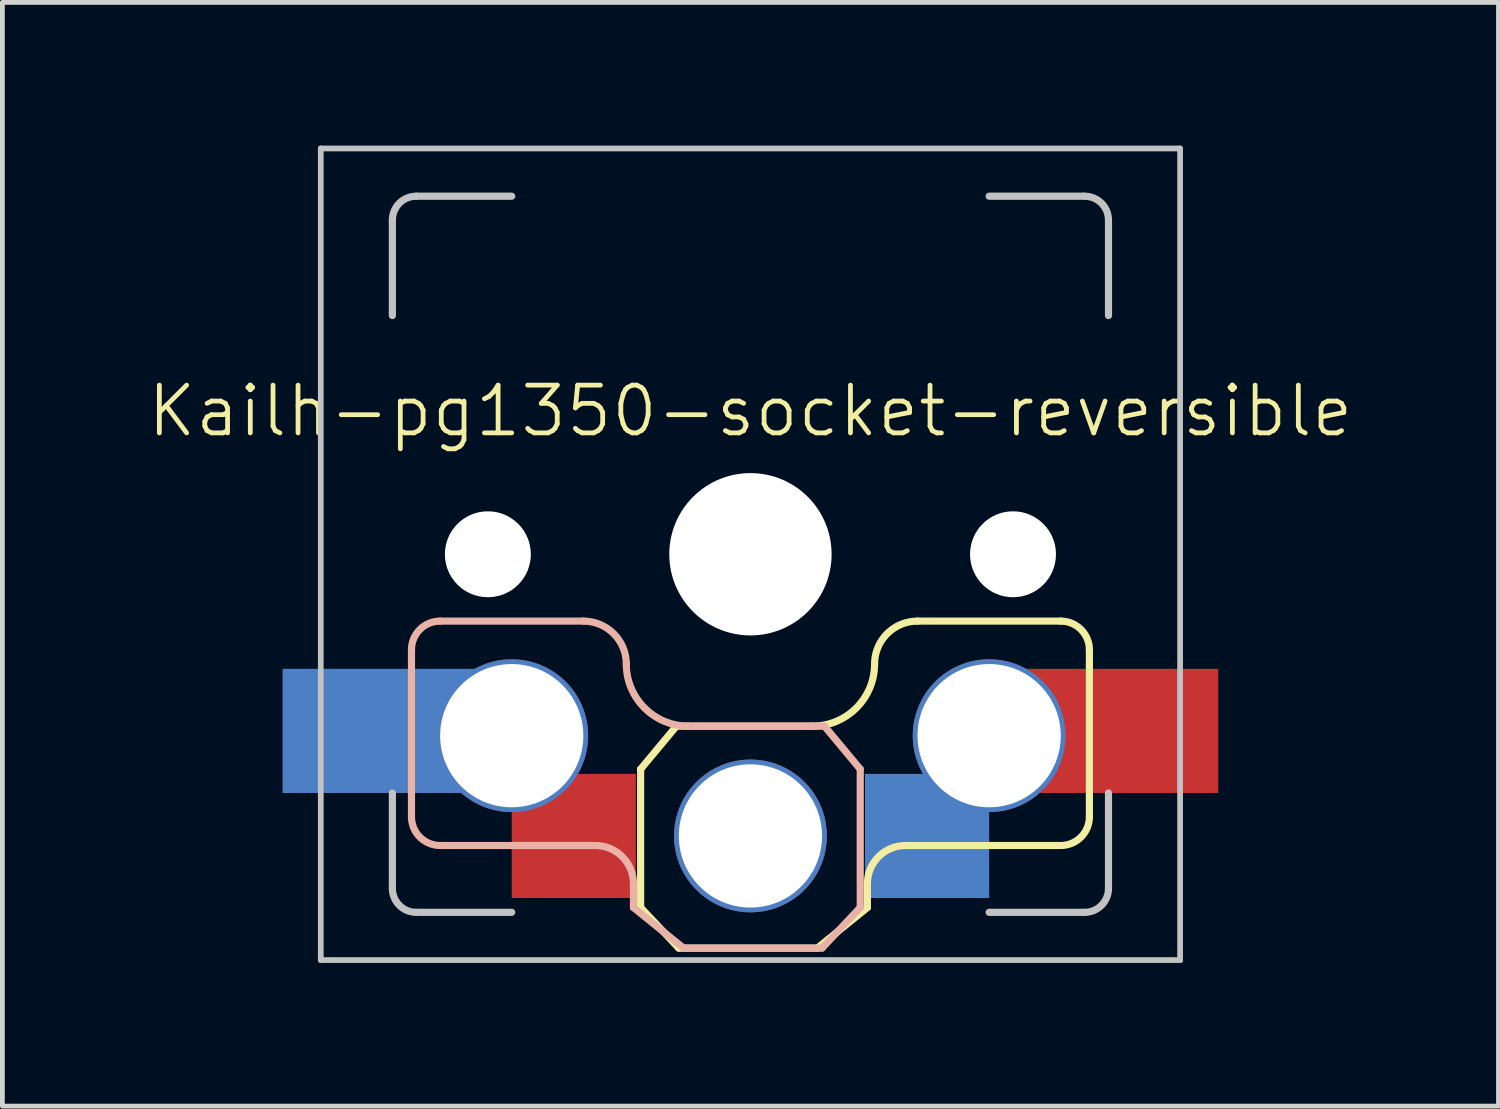
<source format=kicad_pcb>
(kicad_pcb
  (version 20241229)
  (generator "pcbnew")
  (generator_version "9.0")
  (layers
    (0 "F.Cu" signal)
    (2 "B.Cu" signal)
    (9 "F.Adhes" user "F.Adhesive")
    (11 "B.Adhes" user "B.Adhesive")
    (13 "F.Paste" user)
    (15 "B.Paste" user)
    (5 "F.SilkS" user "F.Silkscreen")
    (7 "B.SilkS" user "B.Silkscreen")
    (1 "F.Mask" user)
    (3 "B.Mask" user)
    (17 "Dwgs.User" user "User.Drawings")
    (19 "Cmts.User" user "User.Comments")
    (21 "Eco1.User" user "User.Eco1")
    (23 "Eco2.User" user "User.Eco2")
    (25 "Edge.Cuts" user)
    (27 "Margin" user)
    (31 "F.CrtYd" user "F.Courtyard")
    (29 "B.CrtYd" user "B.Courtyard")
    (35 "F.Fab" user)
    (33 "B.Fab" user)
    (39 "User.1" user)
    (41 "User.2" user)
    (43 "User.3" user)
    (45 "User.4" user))
  (footprint "Kailh-pg1350-socket-reversible"
    (layer "F.Cu")
    (at 12.669 8.56)
    (property "Reference" "Kailh-pg1350-socket-reversible" (at 0 -3 0) (unlocked yes) (layer "F.SilkS") (effects (font (size 1 1) (thickness 0.1))))
    (attr smd)
    (fp_line (start -2.3 4.5) (end -2.3 7.4) (stroke (width 0.15) (type solid)) (layer "F.SilkS"))
    (fp_line (start -2.3 7.4) (end -1.5 8.25) (stroke (width 0.15) (type solid)) (layer "F.SilkS"))
    (fp_line (start -1.55 3.6) (end -2.3 4.5) (stroke (width 0.15) (type solid)) (layer "F.SilkS"))
    (fp_line (start -1.5 8.25) (end 1.4 8.25) (stroke (width 0.15) (type solid)) (layer "F.SilkS"))
    (fp_line (start 1.3 3.6) (end -1.55 3.6) (stroke (width 0.15) (type solid)) (layer "F.SilkS"))
    (fp_line (start 1.4 8.25) (end 2.45 7.4) (stroke (width 0.15) (type solid)) (layer "F.SilkS"))
    (fp_line (start 2.45 7.4) (end 2.45 6.9) (stroke (width 0.15) (type solid)) (layer "F.SilkS"))
    (fp_line (start 3.25 6.1) (end 6.5 6.1) (stroke (width 0.15) (type solid)) (layer "F.SilkS"))
    (fp_line (start 6.5 1.4) (end 3.5 1.4) (stroke (width 0.15) (type solid)) (layer "F.SilkS"))
    (fp_line (start 7.1 5.5) (end 7.1 2) (stroke (width 0.15) (type solid)) (layer "F.SilkS"))
    (fp_arc (start 2.45 6.9) (mid 2.684315 6.334315) (end 3.25 6.1) (stroke (width 0.15) (type solid)) (layer "F.SilkS"))
    (fp_arc (start 2.6 2.3) (mid 2.219239 3.219239) (end 1.3 3.6) (stroke (width 0.15) (type solid)) (layer "F.SilkS"))
    (fp_arc (start 2.6 2.3) (mid 2.863604 1.663604) (end 3.5 1.4) (stroke (width 0.15) (type solid)) (layer "F.SilkS"))
    (fp_arc (start 6.5 1.4) (mid 6.924264 1.575736) (end 7.1 2) (stroke (width 0.15) (type solid)) (layer "F.SilkS"))
    (fp_arc (start 7.1 5.5) (mid 6.934864 5.913392) (end 6.530356 6.099232) (stroke (width 0.15) (type solid)) (layer "F.SilkS"))
    (fp_line (start -7.1 5.5) (end -7.1 2) (stroke (width 0.15) (type solid)) (layer "B.SilkS"))
    (fp_line (start -6.5 1.4) (end -3.5 1.4) (stroke (width 0.15) (type solid)) (layer "B.SilkS"))
    (fp_line (start -3.25 6.1) (end -6.5 6.1) (stroke (width 0.15) (type solid)) (layer "B.SilkS"))
    (fp_line (start -2.45 7.4) (end -2.45 6.9) (stroke (width 0.15) (type solid)) (layer "B.SilkS"))
    (fp_line (start -1.4 8.25) (end -2.45 7.4) (stroke (width 0.15) (type solid)) (layer "B.SilkS"))
    (fp_line (start -1.3 3.6) (end 1.55 3.6) (stroke (width 0.15) (type solid)) (layer "B.SilkS"))
    (fp_line (start 1.5 8.25) (end -1.4 8.25) (stroke (width 0.15) (type solid)) (layer "B.SilkS"))
    (fp_line (start 1.55 3.6) (end 2.3 4.5) (stroke (width 0.15) (type solid)) (layer "B.SilkS"))
    (fp_line (start 2.3 4.5) (end 2.3 7.4) (stroke (width 0.15) (type solid)) (layer "B.SilkS"))
    (fp_line (start 2.3 7.4) (end 1.5 8.25) (stroke (width 0.15) (type solid)) (layer "B.SilkS"))
    (fp_arc (start -7.1 2) (mid -6.924264 1.575736) (end -6.5 1.4) (stroke (width 0.15) (type solid)) (layer "B.SilkS"))
    (fp_arc (start -6.530356 6.099232) (mid -6.934864 5.913392) (end -7.1 5.5) (stroke (width 0.15) (type solid)) (layer "B.SilkS"))
    (fp_arc (start -3.5 1.4) (mid -2.863604 1.663604) (end -2.6 2.3) (stroke (width 0.15) (type solid)) (layer "B.SilkS"))
    (fp_arc (start -3.25 6.1) (mid -2.684315 6.334315) (end -2.45 6.9) (stroke (width 0.15) (type solid)) (layer "B.SilkS"))
    (fp_arc (start -1.3 3.6) (mid -2.219239 3.219239) (end -2.6 2.3) (stroke (width 0.15) (type solid)) (layer "B.SilkS"))
    (fp_line (start -9 -8.5) (end 9 -8.5) (stroke (width 0.12) (type solid)) (layer "Dwgs.User"))
    (fp_line (start -9 8.5) (end -9 -8.5) (stroke (width 0.12) (type solid)) (layer "Dwgs.User"))
    (fp_line (start -7.5 -7) (end -7.5 -5) (stroke (width 0.15) (type solid)) (layer "Dwgs.User"))
    (fp_line (start -7.5 7) (end -7.5 5) (stroke (width 0.15) (type solid)) (layer "Dwgs.User"))
    (fp_line (start -7 -7.5) (end -5 -7.5) (stroke (width 0.15) (type solid)) (layer "Dwgs.User"))
    (fp_line (start -7 7.5) (end -5 7.5) (stroke (width 0.15) (type solid)) (layer "Dwgs.User"))
    (fp_line (start 7 -7.5) (end 5 -7.5) (stroke (width 0.15) (type solid)) (layer "Dwgs.User"))
    (fp_line (start 7 7.5) (end 5 7.5) (stroke (width 0.15) (type solid)) (layer "Dwgs.User"))
    (fp_line (start 7.5 -7) (end 7.5 -5) (stroke (width 0.15) (type solid)) (layer "Dwgs.User"))
    (fp_line (start 7.5 7) (end 7.5 5) (stroke (width 0.15) (type solid)) (layer "Dwgs.User"))
    (fp_line (start 9 -8.5) (end 9 8.5) (stroke (width 0.12) (type solid)) (layer "Dwgs.User"))
    (fp_line (start 9 8.5) (end -9 8.5) (stroke (width 0.12) (type solid)) (layer "Dwgs.User"))
    (fp_arc (start -7.5 -7) (mid -7.353553 -7.353553) (end -7 -7.5) (stroke (width 0.15) (type solid)) (layer "Dwgs.User"))
    (fp_arc (start -7 7.5) (mid -7.353553 7.353553) (end -7.5 7) (stroke (width 0.15) (type solid)) (layer "Dwgs.User"))
    (fp_arc (start 7 -7.5) (mid 7.353553 -7.353553) (end 7.5 -7) (stroke (width 0.15) (type solid)) (layer "Dwgs.User"))
    (fp_arc (start 7.5 7) (mid 7.353553 7.353553) (end 7 7.5) (stroke (width 0.15) (type solid)) (layer "Dwgs.User"))
    (pad "" np_thru_hole circle (at -5.5 0 90) (size 1.8 1.8) (drill 1.8) (layers "*.Cu" "*.Mask"))
    (pad "" thru_hole circle (at -5 3.8 270) (size 3.2 3.2) (drill 3) (layers "*.Cu" "*.Mask"))
    (pad "" np_thru_hole circle (at 0 0 90) (size 3.4 3.4) (drill 3.4) (layers "*.Cu" "*.Mask"))
    (pad "" thru_hole circle (at 0 5.9 90) (size 3.2 3.2) (drill 3) (layers "*.Cu" "*.Mask"))
    (pad "" thru_hole circle (at 5 3.8 90) (size 3.2 3.2) (drill 3) (layers "*.Cu" "*.Mask"))
    (pad "" np_thru_hole circle (at 5.5 0 90) (size 1.8 1.8) (drill 1.8) (layers "*.Cu" "*.Mask"))
    (pad "1" smd rect (at 3.7 5.9 270) (size 2.6 2.6) (layers "B.Cu" "B.Mask" "B.Paste"))
    (pad "1" smd rect (at 7.4 3.7 90) (size 2.6 4.8) (layers "F.Cu" "F.Mask" "F.Paste"))
    (pad "2" smd rect (at -7.51 3.7 270) (size 2.6 4.58) (layers "B.Cu" "B.Mask" "B.Paste"))
    (pad "2" smd rect (at -3.7 5.9 90) (size 2.6 2.6) (layers "F.Cu" "F.Mask" "F.Paste")))
  (gr_rect
    (start -3 -3)
    (end 28.338 20.12)
    (stroke (width 0.1) (type default))
    (fill no)
    (layer "Edge.Cuts")))
</source>
